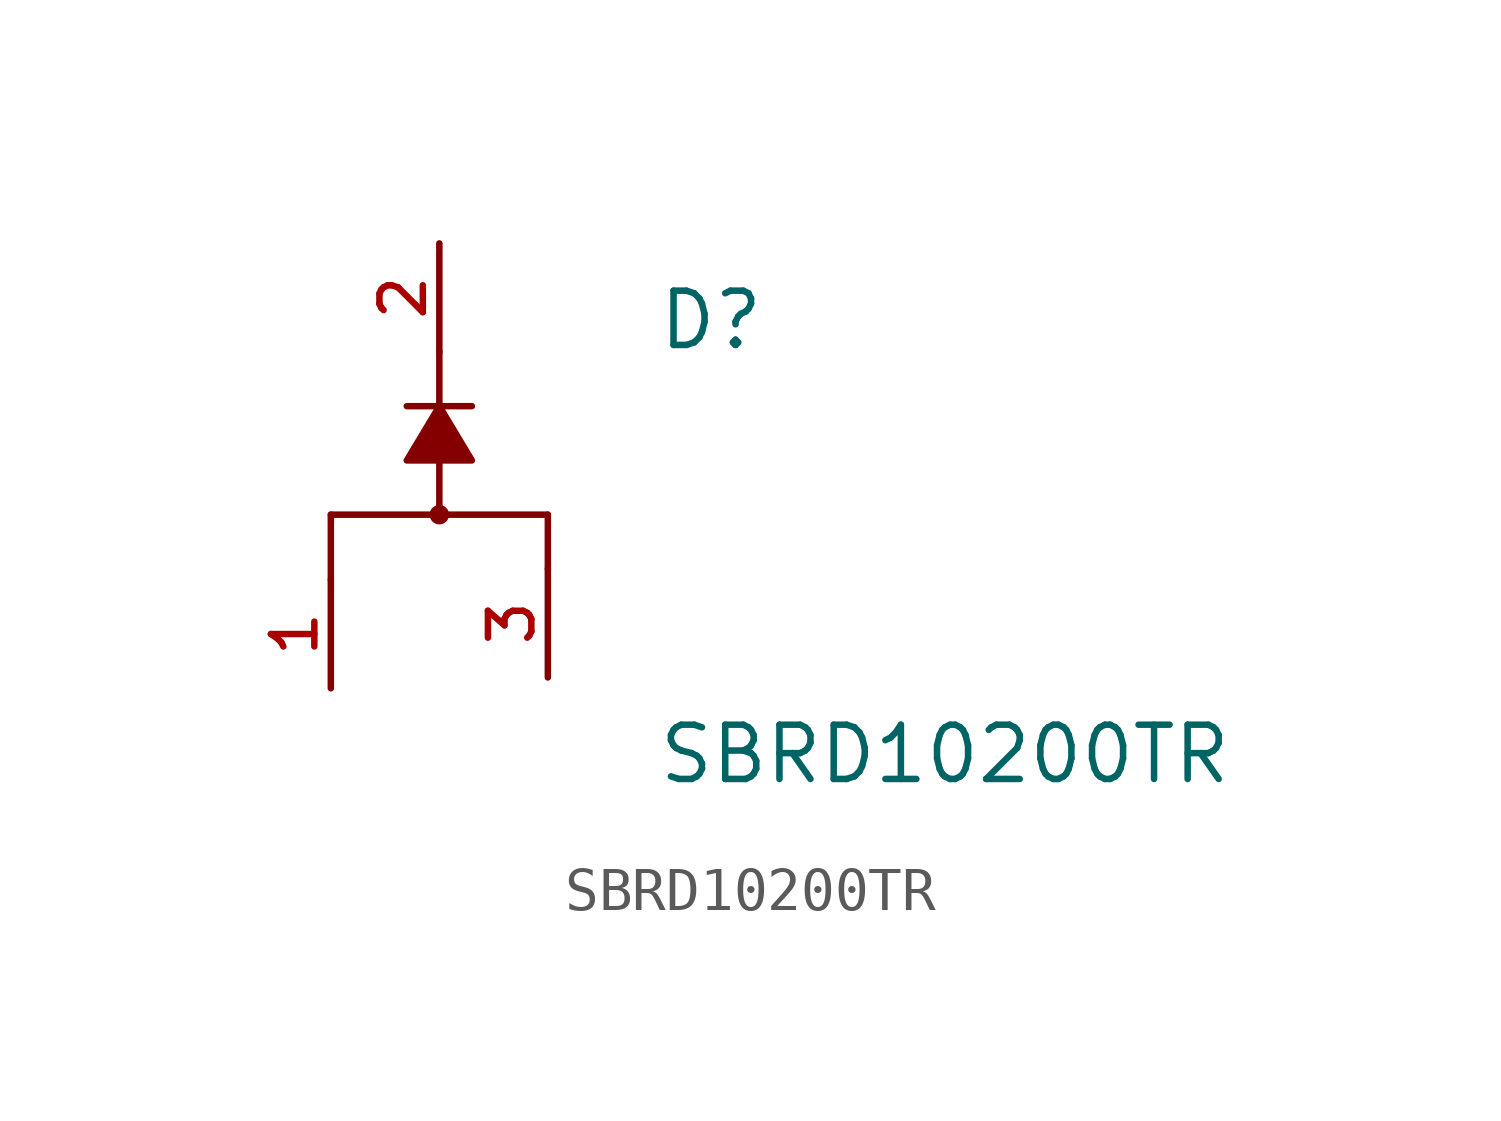
<source format=kicad_sym>
(kicad_symbol_lib
  (version 20211014)
  (generator kicad_symbol_editor)
  (symbol "SBRD10200TR"
    (pin_names
      (offset 1.016))
    (property "Reference" "D"
      (at 5.08 2.54 0)
      (effects (font (size 1.27 1.27)) (justify bottom left)))
    (property "Value" "SBRD10200TR"
      (at 5.08 -7.62 0)
      (effects (font (size 1.27 1.27)) (justify bottom left)))
    (symbol "SBRD10200TR_0_0"
      (polyline (pts (xy 0.0 1.27) (xy 0.762 0.0) (xy -0.762 0.0) (xy 0.0 1.27)) (stroke (width 0.152)) (fill (type outline)))
      (polyline (pts (xy 0.762 1.27) (xy 0.0 1.27)) (stroke (width 0.152)))
      (polyline (pts (xy 0.0 1.27) (xy -0.762 1.27)) (stroke (width 0.152)))
      (polyline (pts (xy 0.0 0.0) (xy 0.0 -1.27)) (stroke (width 0.152)))
      (polyline (pts (xy 0.0 -1.27) (xy -2.54 -1.27)) (stroke (width 0.152)))
      (polyline (pts (xy -2.54 -1.27) (xy -2.54 -2.794)) (stroke (width 0.152)))
      (polyline (pts (xy 0.0 -1.27) (xy 2.54 -1.27)) (stroke (width 0.152)))
      (polyline (pts (xy 2.54 -1.27) (xy 2.54 -2.54)) (stroke (width 0.152)))
      (polyline (pts (xy 0.0 1.27) (xy 0.0 2.54)) (stroke (width 0.152)))
      (circle (center 0.0 -1.27) (radius 0.152) (stroke (width 0.152)) (fill (type none)))
      (pin passive line (at -2.54 -5.334 90.0) (length 2.54) (name "~" (effects (font (size 1.016 1.016)))) (number "1" (effects (font (size 1.016 1.016)))))
      (pin passive line (at 2.54 -5.08 90.0) (length 2.54) (name "~" (effects (font (size 1.016 1.016)))) (number "3" (effects (font (size 1.016 1.016)))))
      (pin passive line (at 0.0 5.08 270.0) (length 2.54) (name "~" (effects (font (size 1.016 1.016)))) (number "2" (effects (font (size 1.016 1.016))))))))
</source>
